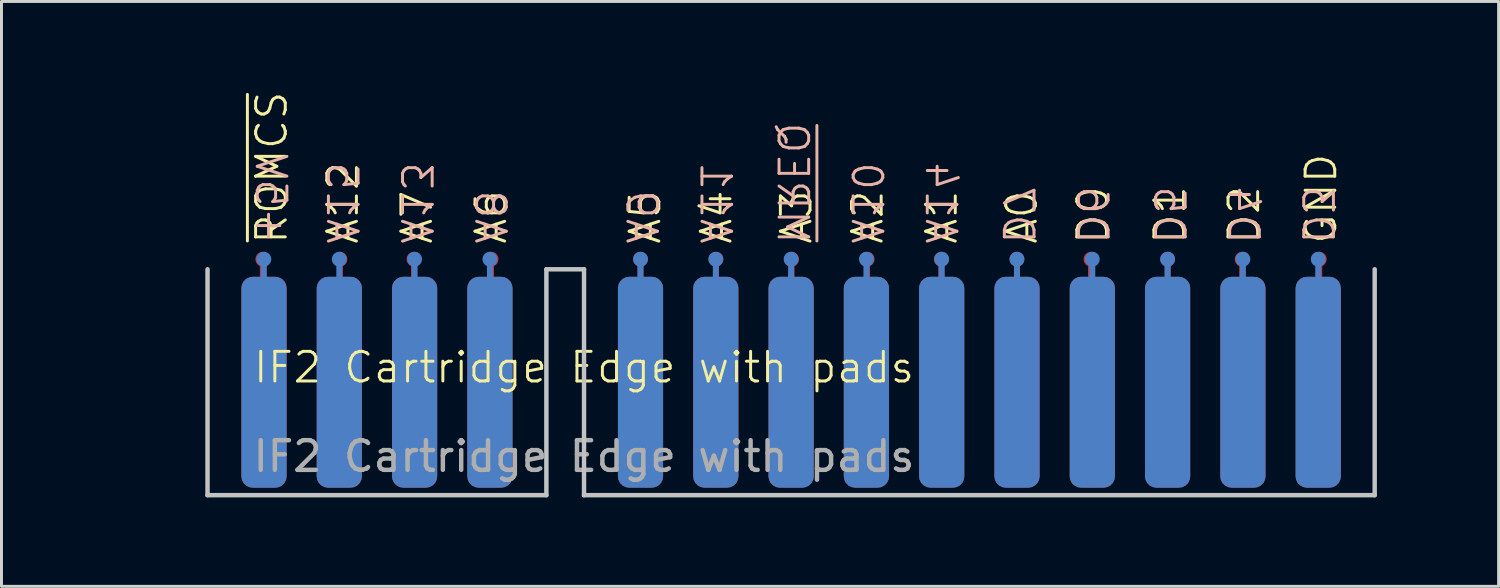
<source format=kicad_pcb>
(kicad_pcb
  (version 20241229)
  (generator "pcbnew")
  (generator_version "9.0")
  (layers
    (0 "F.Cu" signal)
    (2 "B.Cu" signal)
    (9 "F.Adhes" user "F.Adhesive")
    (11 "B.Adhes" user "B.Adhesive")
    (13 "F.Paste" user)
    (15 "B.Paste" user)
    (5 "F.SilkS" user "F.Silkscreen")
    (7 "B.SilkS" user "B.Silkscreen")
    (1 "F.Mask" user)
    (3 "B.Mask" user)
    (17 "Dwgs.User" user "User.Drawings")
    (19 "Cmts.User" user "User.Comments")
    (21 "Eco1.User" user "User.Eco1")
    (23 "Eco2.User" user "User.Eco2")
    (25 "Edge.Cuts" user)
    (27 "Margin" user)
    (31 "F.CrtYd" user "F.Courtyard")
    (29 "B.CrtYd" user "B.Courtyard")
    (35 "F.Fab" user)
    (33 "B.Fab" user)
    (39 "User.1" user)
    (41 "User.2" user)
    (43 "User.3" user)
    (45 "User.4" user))
  (footprint "IF2 Cartridge Edge with pads"
    (layer "F.Cu")
    (at 16.65 9.843)
    (property "Reference" "IF2 Cartridge Edge with pads" (at 0 -0.5 0) (unlocked yes) (layer "F.SilkS") (effects (font (size 1 1) (thickness 0.1))))
    (attr through_hole)
    (fp_line (start -10.835 -4.15) (end -10.835 -2.95) (stroke (width 0.2) (type default)) (layer "F.Cu"))
    (fp_line (start -8.235 -4.15) (end -8.235 -2.95) (stroke (width 0.2) (type default)) (layer "F.Cu"))
    (fp_line (start -5.735 -4.15) (end -5.735 -2.95) (stroke (width 0.2) (type default)) (layer "F.Cu"))
    (fp_line (start -3.135 -4.15) (end -3.135 -2.95) (stroke (width 0.2) (type default)) (layer "F.Cu"))
    (fp_line (start 1.905 -4.15) (end 1.905 -2.95) (stroke (width 0.2) (type default)) (layer "F.Cu"))
    (fp_line (start 4.45 -4.15) (end 4.45 -2.95) (stroke (width 0.2) (type default)) (layer "F.Cu"))
    (fp_line (start 7 -4.15) (end 7 -2.95) (stroke (width 0.2) (type default)) (layer "F.Cu"))
    (fp_line (start 9.55 -4.15) (end 9.55 -2.95) (stroke (width 0.2) (type default)) (layer "F.Cu"))
    (fp_line (start 12.05 -4.15) (end 12.05 -2.95) (stroke (width 0.2) (type default)) (layer "F.Cu"))
    (fp_line (start 14.6 -4.15) (end 14.6 -2.95) (stroke (width 0.2) (type default)) (layer "F.Cu"))
    (fp_line (start 17.1 -4.15) (end 17.1 -2.95) (stroke (width 0.2) (type default)) (layer "F.Cu"))
    (fp_line (start 19.685 -4.15) (end 19.685 -2.95) (stroke (width 0.2) (type default)) (layer "F.Cu"))
    (fp_line (start 22.2 -4.15) (end 22.2 -2.95) (stroke (width 0.2) (type default)) (layer "F.Cu"))
    (fp_line (start 24.8 -4.15) (end 24.8 -2.95) (stroke (width 0.2) (type default)) (layer "F.Cu"))
    (fp_line (start -10.8 -4.15) (end -10.8 -2.8) (stroke (width 0.2) (type default)) (layer "B.Cu"))
    (fp_line (start -8.255 -4.15) (end -8.255 -2.8) (stroke (width 0.2) (type default)) (layer "B.Cu"))
    (fp_line (start -5.715 -4.15) (end -5.715 -2.8) (stroke (width 0.2) (type default)) (layer "B.Cu"))
    (fp_line (start -3.175 -4.15) (end -3.175 -2.8) (stroke (width 0.2) (type default)) (layer "B.Cu"))
    (fp_line (start 1.905 -4.15) (end 1.905 -2.8) (stroke (width 0.2) (type default)) (layer "B.Cu"))
    (fp_line (start 4.445 -4.15) (end 4.445 -2.8) (stroke (width 0.2) (type default)) (layer "B.Cu"))
    (fp_line (start 6.985 -4.15) (end 6.985 -2.8) (stroke (width 0.2) (type default)) (layer "B.Cu"))
    (fp_line (start 9.525 -4.15) (end 9.525 -2.8) (stroke (width 0.2) (type default)) (layer "B.Cu"))
    (fp_line (start 12.065 -4.15) (end 12.065 -2.8) (stroke (width 0.2) (type default)) (layer "B.Cu"))
    (fp_line (start 14.605 -4.15) (end 14.605 -2.8) (stroke (width 0.2) (type default)) (layer "B.Cu"))
    (fp_line (start 17.145 -4.15) (end 17.145 -2.8) (stroke (width 0.2) (type default)) (layer "B.Cu"))
    (fp_line (start 19.685 -4.15) (end 19.685 -2.8) (stroke (width 0.2) (type default)) (layer "B.Cu"))
    (fp_line (start 22.225 -4.15) (end 22.225 -2.8) (stroke (width 0.2) (type default)) (layer "B.Cu"))
    (fp_line (start 24.765 -4.15) (end 24.765 -2.8) (stroke (width 0.2) (type default)) (layer "B.Cu"))
    (fp_line (start -12.7 -3.81) (end -12.7 3.81) (stroke (width 0.15) (type solid)) (layer "Dwgs.User"))
    (fp_line (start -12.7 3.81) (end -1.27 3.81) (stroke (width 0.15) (type solid)) (layer "Dwgs.User"))
    (fp_line (start -1.27 -3.81) (end 0 -3.81) (stroke (width 0.15) (type solid)) (layer "Dwgs.User"))
    (fp_line (start -1.27 3.81) (end -1.27 -3.81) (stroke (width 0.15) (type solid)) (layer "Dwgs.User"))
    (fp_line (start 0 -3.81) (end 0 3.81) (stroke (width 0.15) (type solid)) (layer "Dwgs.User"))
    (fp_line (start 0 3.81) (end 26.67 3.81) (stroke (width 0.15) (type solid)) (layer "Dwgs.User"))
    (fp_line (start 26.67 3.81) (end 26.67 -3.81) (stroke (width 0.15) (type solid)) (layer "Dwgs.User"))
    (fp_line (start 27.8 -4.5) (end -16.6 -4.5) (stroke (width 0.1) (type default)) (layer "User.1"))
    (fp_text user "A1" (at 12.65 -4.6 90) (unlocked yes) (layer "F.SilkS") (effects (font (size 1 1) (thickness 0.1)) (justify left bottom)))
    (fp_text user "GND" (at 25.45 -4.6 90) (unlocked yes) (layer "F.SilkS") (effects (font (size 1 1) (thickness 0.1)) (justify left bottom)))
    (fp_text user "A7" (at -5.05 -4.6 90) (unlocked yes) (layer "F.SilkS") (effects (font (size 1 1) (thickness 0.1)) (justify left bottom)))
    (fp_text user "D0" (at 17.75 -4.6 90) (unlocked yes) (layer "F.SilkS") (effects (font (size 1 1) (thickness 0.1)) (justify left bottom)))
    (fp_text user "A12" (at -7.55 -4.6 90) (unlocked yes) (layer "F.SilkS") (effects (font (size 1 1) (thickness 0.1)) (justify left bottom)))
    (fp_text user "A0" (at 15.35 -4.6 90) (unlocked yes) (layer "F.SilkS") (effects (font (size 1 1) (thickness 0.1)) (justify left bottom)))
    (fp_text user "A6" (at -2.55 -4.6 90) (unlocked yes) (layer "F.SilkS") (effects (font (size 1 1) (thickness 0.1)) (justify left bottom)))
    (fp_text user "A3" (at 7.75 -4.6 90) (unlocked yes) (layer "F.SilkS") (effects (font (size 1 1) (thickness 0.1)) (justify left bottom)))
    (fp_text user "D2" (at 22.85 -4.6 90) (unlocked yes) (layer "F.SilkS") (effects (font (size 1 1) (thickness 0.1)) (justify left bottom)))
    (fp_text user "A2" (at 10.15 -4.6 90) (unlocked yes) (layer "F.SilkS") (effects (font (size 1 1) (thickness 0.1)) (justify left bottom)))
    (fp_text user "~{ROMCS}" (at -9.95 -4.6 90) (unlocked yes) (layer "F.SilkS") (effects (font (size 1 1) (thickness 0.1)) (justify left bottom)))
    (fp_text user "D1" (at 20.35 -4.6 90) (unlocked yes) (layer "F.SilkS") (effects (font (size 1 1) (thickness 0.1)) (justify left bottom)))
    (fp_text user "A4" (at 5.05 -4.6 90) (unlocked yes) (layer "F.SilkS") (effects (font (size 1 1) (thickness 0.1)) (justify left bottom)))
    (fp_text user "A5" (at 2.65 -4.6 90) (unlocked yes) (layer "F.SilkS") (effects (font (size 1 1) (thickness 0.1)) (justify left bottom)))
    (fp_text user "A9" (at 1.35 -4.6 270) (unlocked yes) (layer "B.SilkS") (effects (font (size 1 1) (thickness 0.1)) (justify left bottom mirror)))
    (fp_text user "D6" (at 16.55 -4.6 270) (unlocked yes) (layer "B.SilkS") (effects (font (size 1 1) (thickness 0.1)) (justify left bottom mirror)))
    (fp_text user "A11" (at 3.85 -4.6 270) (unlocked yes) (layer "B.SilkS") (effects (font (size 1 1) (thickness 0.1)) (justify left bottom mirror)))
    (fp_text user "A13" (at -6.25 -4.6 270) (unlocked yes) (layer "B.SilkS") (effects (font (size 1 1) (thickness 0.1)) (justify left bottom mirror)))
    (fp_text user "A8" (at -3.75 -4.6 270) (unlocked yes) (layer "B.SilkS") (effects (font (size 1 1) (thickness 0.1)) (justify left bottom mirror)))
    (fp_text user "D7" (at 14.05 -4.6 270) (unlocked yes) (layer "B.SilkS") (effects (font (size 1 1) (thickness 0.1)) (justify left bottom mirror)))
    (fp_text user "A10" (at 8.95 -4.6 270) (unlocked yes) (layer "B.SilkS") (effects (font (size 1 1) (thickness 0.1)) (justify left bottom mirror)))
    (fp_text user "A14" (at 11.45 -4.6 270) (unlocked yes) (layer "B.SilkS") (effects (font (size 1 1) (thickness 0.1)) (justify left bottom mirror)))
    (fp_text user "D5" (at 19.15 -4.6 270) (unlocked yes) (layer "B.SilkS") (effects (font (size 1 1) (thickness 0.1)) (justify left bottom mirror)))
    (fp_text user "D4" (at 21.65 -4.6 270) (unlocked yes) (layer "B.SilkS") (effects (font (size 1 1) (thickness 0.1)) (justify left bottom mirror)))
    (fp_text user "~{MREQ}" (at 6.45 -4.6 270) (unlocked yes) (layer "B.SilkS") (effects (font (size 1 1) (thickness 0.1)) (justify left bottom mirror)))
    (fp_text user "D3" (at 24.15 -4.6 270) (unlocked yes) (layer "B.SilkS") (effects (font (size 1 1) (thickness 0.1)) (justify left bottom mirror)))
    (fp_text user "A15" (at -8.75 -4.6 270) (unlocked yes) (layer "B.SilkS") (effects (font (size 1 1) (thickness 0.1)) (justify left bottom mirror)))
    (fp_text user "+5V" (at -11.15 -4.6 270) (unlocked yes) (layer "B.SilkS") (effects (font (size 1 1) (thickness 0.1)) (justify left bottom mirror)))
    (fp_text user "${REFERENCE}" (at 0 2.5 0) (unlocked yes) (layer "F.Fab") (effects (font (size 1 1) (thickness 0.15))))
    (pad "" connect roundrect (at -10.795 0) (size 1.524 7.112) (layers "F.Cu") (roundrect_rratio 0.25))
    (pad "" connect roundrect (at -10.795 0) (size 1.524 7.112) (layers "B.Cu") (roundrect_rratio 0.25))
    (pad "" connect roundrect (at -8.255 0) (size 1.524 7.112) (layers "F.Cu") (roundrect_rratio 0.25))
    (pad "" connect roundrect (at -8.255 0) (size 1.524 7.112) (layers "B.Cu") (roundrect_rratio 0.25))
    (pad "" connect roundrect (at -5.715 0) (size 1.524 7.112) (layers "F.Cu") (roundrect_rratio 0.25))
    (pad "" connect roundrect (at -5.715 0) (size 1.524 7.112) (layers "B.Cu") (roundrect_rratio 0.25))
    (pad "" connect roundrect (at -3.175 0) (size 1.524 7.112) (layers "F.Cu") (roundrect_rratio 0.25))
    (pad "" connect roundrect (at -3.175 0) (size 1.524 7.112) (layers "B.Cu") (roundrect_rratio 0.25))
    (pad "" connect roundrect (at 1.905 0) (size 1.524 7.112) (layers "F.Cu") (roundrect_rratio 0.25))
    (pad "" connect roundrect (at 1.905 0) (size 1.524 7.112) (layers "B.Cu") (roundrect_rratio 0.25))
    (pad "" connect roundrect (at 4.445 0) (size 1.524 7.112) (layers "F.Cu") (roundrect_rratio 0.25))
    (pad "" connect roundrect (at 4.445 0) (size 1.524 7.112) (layers "B.Cu") (roundrect_rratio 0.25))
    (pad "" connect roundrect (at 6.985 0) (size 1.524 7.112) (layers "F.Cu") (roundrect_rratio 0.25))
    (pad "" connect roundrect (at 6.985 0) (size 1.524 7.112) (layers "B.Cu") (roundrect_rratio 0.25))
    (pad "" connect roundrect (at 9.525 0) (size 1.524 7.112) (layers "F.Cu") (roundrect_rratio 0.25))
    (pad "" connect roundrect (at 9.525 0) (size 1.524 7.112) (layers "B.Cu") (roundrect_rratio 0.25))
    (pad "" connect roundrect (at 12.065 0) (size 1.524 7.112) (layers "F.Cu") (roundrect_rratio 0.25))
    (pad "" connect roundrect (at 12.065 0) (size 1.524 7.112) (layers "B.Cu") (roundrect_rratio 0.25))
    (pad "" connect roundrect (at 14.605 0) (size 1.524 7.112) (layers "F.Cu") (roundrect_rratio 0.25))
    (pad "" connect roundrect (at 14.605 0) (size 1.524 7.112) (layers "B.Cu") (roundrect_rratio 0.25))
    (pad "" connect roundrect (at 17.145 0) (size 1.524 7.112) (layers "F.Cu") (roundrect_rratio 0.25))
    (pad "" connect roundrect (at 17.145 0) (size 1.524 7.112) (layers "B.Cu") (roundrect_rratio 0.25))
    (pad "" connect roundrect (at 19.685 0) (size 1.524 7.112) (layers "F.Cu") (roundrect_rratio 0.25))
    (pad "" connect roundrect (at 19.685 0) (size 1.524 7.112) (layers "B.Cu") (roundrect_rratio 0.25))
    (pad "" connect roundrect (at 22.225 0) (size 1.524 7.112) (layers "F.Cu") (roundrect_rratio 0.25))
    (pad "" connect roundrect (at 22.225 0) (size 1.524 7.112) (layers "B.Cu") (roundrect_rratio 0.25))
    (pad "" connect roundrect (at 24.765 0) (size 1.524 7.112) (layers "F.Cu") (roundrect_rratio 0.25))
    (pad "" connect roundrect (at 24.765 0) (size 1.524 7.112) (layers "B.Cu") (roundrect_rratio 0.25))
    (pad "1" smd circle (at -10.835 -4.15) (size 0.5 0.5) (layers "F.Cu"))
    (pad "2" smd circle (at -10.8 -4.15) (size 0.5 0.5) (layers "B.Cu"))
    (pad "3" smd circle (at -8.235 -4.15) (size 0.5 0.5) (layers "F.Cu"))
    (pad "4" smd circle (at -8.255 -4.15) (size 0.5 0.5) (layers "B.Cu"))
    (pad "5" smd circle (at -5.735 -4.15) (size 0.5 0.5) (layers "F.Cu"))
    (pad "6" smd circle (at -5.715 -4.15) (size 0.5 0.5) (layers "B.Cu"))
    (pad "7" smd circle (at -3.135 -4.15) (size 0.5 0.5) (layers "F.Cu"))
    (pad "8" smd circle (at -3.175 -4.15) (size 0.5 0.5) (layers "B.Cu"))
    (pad "9" smd circle (at 1.905 -4.15) (size 0.5 0.5) (layers "F.Cu"))
    (pad "10" smd circle (at 1.905 -4.15) (size 0.5 0.5) (layers "B.Cu"))
    (pad "11" smd circle (at 4.45 -4.15) (size 0.5 0.5) (layers "F.Cu"))
    (pad "12" smd circle (at 4.445 -4.15) (size 0.5 0.5) (layers "B.Cu"))
    (pad "13" smd circle (at 7 -4.15) (size 0.5 0.5) (layers "F.Cu"))
    (pad "14" smd circle (at 6.985 -4.15) (size 0.5 0.5) (layers "B.Cu"))
    (pad "15" smd circle (at 9.55 -4.15) (size 0.5 0.5) (layers "F.Cu"))
    (pad "16" smd circle (at 9.525 -4.15) (size 0.5 0.5) (layers "B.Cu"))
    (pad "17" smd circle (at 12.05 -4.15) (size 0.5 0.5) (layers "F.Cu"))
    (pad "18" smd circle (at 12.065 -4.15) (size 0.5 0.5) (layers "B.Cu"))
    (pad "19" smd circle (at 14.6 -4.15) (size 0.5 0.5) (layers "F.Cu"))
    (pad "20" smd circle (at 14.605 -4.15) (size 0.5 0.5) (layers "B.Cu"))
    (pad "21" smd circle (at 17.1 -4.15) (size 0.5 0.5) (layers "F.Cu"))
    (pad "22" smd circle (at 17.145 -4.15) (size 0.5 0.5) (layers "B.Cu"))
    (pad "23" smd circle (at 19.685 -4.15) (size 0.5 0.5) (layers "F.Cu"))
    (pad "24" smd circle (at 19.685 -4.15) (size 0.5 0.5) (layers "B.Cu"))
    (pad "25" smd circle (at 22.2 -4.15) (size 0.5 0.5) (layers "F.Cu"))
    (pad "26" smd circle (at 22.225 -4.15) (size 0.5 0.5) (layers "B.Cu"))
    (pad "27" smd circle (at 24.8 -4.15) (size 0.5 0.5) (layers "F.Cu"))
    (pad "28" smd circle (at 24.765 -4.15) (size 0.5 0.5) (layers "B.Cu")))
  (gr_rect
    (start -3 -3)
    (end 47.5 16.728)
    (stroke (width 0.1) (type default))
    (fill no)
    (layer "Edge.Cuts")))
</source>
